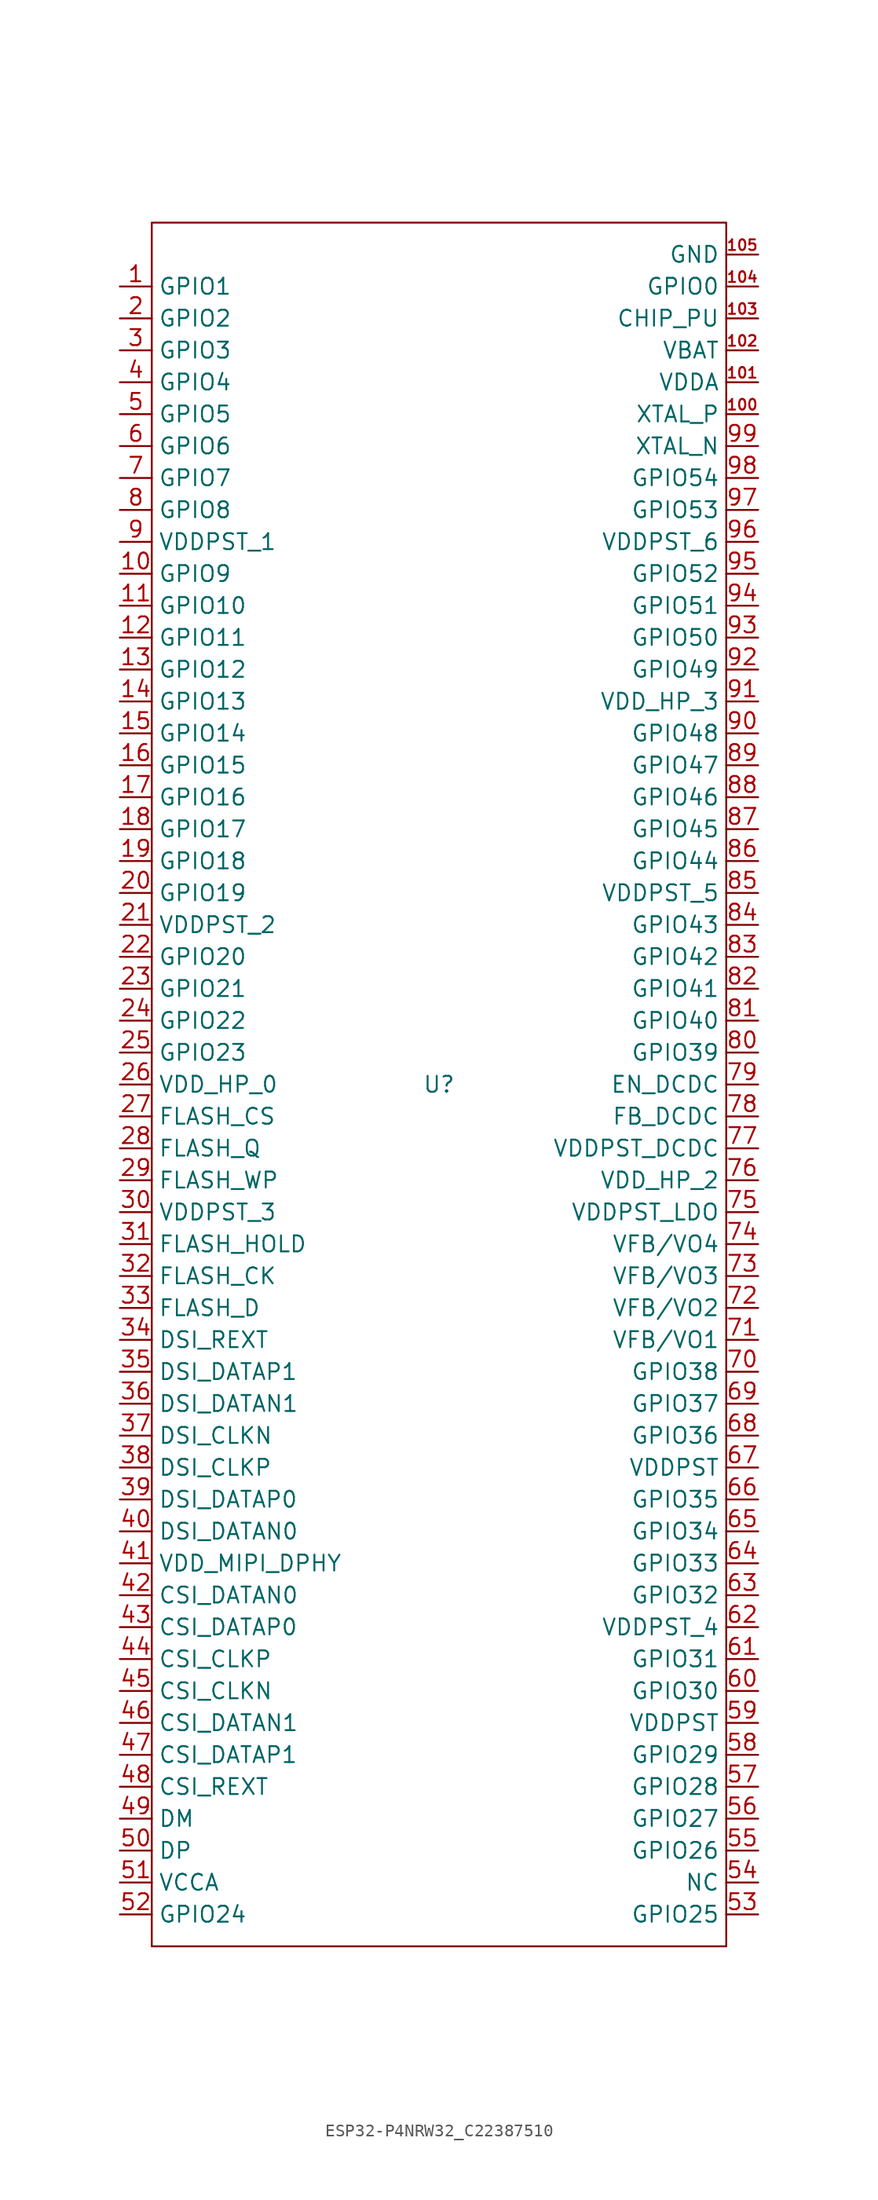
<source format=kicad_sym>
(kicad_symbol_lib
  (version 20241209)
  (generator "kicad_symbol_editor")
  (generator_version "9.0")
  (symbol "ESP32-P4NRW32_C22387510"
    (property "Reference" "U"
      (at 0 0 0)
      (effects (font (size 1.27 1.27))))
    (property "Value" ""
      (at 0 0 0)
      (effects (font (size 1.27 1.27))))
    (symbol "ESP32-P4NRW32_C22387510_1_0"
      (rectangle (start -22.86 68.58) (end 22.86 -68.58) (stroke (width 0) (type default)) (fill (type none)))
      (pin unspecified line (at -25.4 63.5 0) (length 2.54) (name "GPIO1" (effects (font (size 1.27 1.27)))) (number "1" (effects (font (size 1.27 1.27)))))
      (pin unspecified line (at -25.4 60.96 0) (length 2.54) (name "GPIO2" (effects (font (size 1.27 1.27)))) (number "2" (effects (font (size 1.27 1.27)))))
      (pin unspecified line (at -25.4 58.42 0) (length 2.54) (name "GPIO3" (effects (font (size 1.27 1.27)))) (number "3" (effects (font (size 1.27 1.27)))))
      (pin unspecified line (at -25.4 55.88 0) (length 2.54) (name "GPIO4" (effects (font (size 1.27 1.27)))) (number "4" (effects (font (size 1.27 1.27)))))
      (pin unspecified line (at -25.4 53.34 0) (length 2.54) (name "GPIO5" (effects (font (size 1.27 1.27)))) (number "5" (effects (font (size 1.27 1.27)))))
      (pin unspecified line (at -25.4 50.8 0) (length 2.54) (name "GPIO6" (effects (font (size 1.27 1.27)))) (number "6" (effects (font (size 1.27 1.27)))))
      (pin unspecified line (at -25.4 48.26 0) (length 2.54) (name "GPIO7" (effects (font (size 1.27 1.27)))) (number "7" (effects (font (size 1.27 1.27)))))
      (pin unspecified line (at -25.4 45.72 0) (length 2.54) (name "GPIO8" (effects (font (size 1.27 1.27)))) (number "8" (effects (font (size 1.27 1.27)))))
      (pin unspecified line (at -25.4 43.18 0) (length 2.54) (name "VDDPST_1" (effects (font (size 1.27 1.27)))) (number "9" (effects (font (size 1.27 1.27)))))
      (pin unspecified line (at -25.4 40.64 0) (length 2.54) (name "GPIO9" (effects (font (size 1.27 1.27)))) (number "10" (effects (font (size 1.27 1.27)))))
      (pin unspecified line (at -25.4 38.1 0) (length 2.54) (name "GPIO10" (effects (font (size 1.27 1.27)))) (number "11" (effects (font (size 1.27 1.27)))))
      (pin unspecified line (at -25.4 35.56 0) (length 2.54) (name "GPIO11" (effects (font (size 1.27 1.27)))) (number "12" (effects (font (size 1.27 1.27)))))
      (pin unspecified line (at -25.4 33.02 0) (length 2.54) (name "GPIO12" (effects (font (size 1.27 1.27)))) (number "13" (effects (font (size 1.27 1.27)))))
      (pin unspecified line (at -25.4 30.48 0) (length 2.54) (name "GPIO13" (effects (font (size 1.27 1.27)))) (number "14" (effects (font (size 1.27 1.27)))))
      (pin unspecified line (at -25.4 27.94 0) (length 2.54) (name "GPIO14" (effects (font (size 1.27 1.27)))) (number "15" (effects (font (size 1.27 1.27)))))
      (pin unspecified line (at -25.4 25.4 0) (length 2.54) (name "GPIO15" (effects (font (size 1.27 1.27)))) (number "16" (effects (font (size 1.27 1.27)))))
      (pin unspecified line (at -25.4 22.86 0) (length 2.54) (name "GPIO16" (effects (font (size 1.27 1.27)))) (number "17" (effects (font (size 1.27 1.27)))))
      (pin unspecified line (at -25.4 20.32 0) (length 2.54) (name "GPIO17" (effects (font (size 1.27 1.27)))) (number "18" (effects (font (size 1.27 1.27)))))
      (pin unspecified line (at -25.4 17.78 0) (length 2.54) (name "GPIO18" (effects (font (size 1.27 1.27)))) (number "19" (effects (font (size 1.27 1.27)))))
      (pin unspecified line (at -25.4 15.24 0) (length 2.54) (name "GPIO19" (effects (font (size 1.27 1.27)))) (number "20" (effects (font (size 1.27 1.27)))))
      (pin unspecified line (at -25.4 12.7 0) (length 2.54) (name "VDDPST_2" (effects (font (size 1.27 1.27)))) (number "21" (effects (font (size 1.27 1.27)))))
      (pin unspecified line (at -25.4 10.16 0) (length 2.54) (name "GPIO20" (effects (font (size 1.27 1.27)))) (number "22" (effects (font (size 1.27 1.27)))))
      (pin unspecified line (at -25.4 7.62 0) (length 2.54) (name "GPIO21" (effects (font (size 1.27 1.27)))) (number "23" (effects (font (size 1.27 1.27)))))
      (pin unspecified line (at -25.4 5.08 0) (length 2.54) (name "GPIO22" (effects (font (size 1.27 1.27)))) (number "24" (effects (font (size 1.27 1.27)))))
      (pin unspecified line (at -25.4 2.54 0) (length 2.54) (name "GPIO23" (effects (font (size 1.27 1.27)))) (number "25" (effects (font (size 1.27 1.27)))))
      (pin unspecified line (at -25.4 0 0) (length 2.54) (name "VDD_HP_0" (effects (font (size 1.27 1.27)))) (number "26" (effects (font (size 1.27 1.27)))))
      (pin unspecified line (at -25.4 -2.54 0) (length 2.54) (name "FLASH_CS" (effects (font (size 1.27 1.27)))) (number "27" (effects (font (size 1.27 1.27)))))
      (pin unspecified line (at -25.4 -5.08 0) (length 2.54) (name "FLASH_Q" (effects (font (size 1.27 1.27)))) (number "28" (effects (font (size 1.27 1.27)))))
      (pin unspecified line (at -25.4 -7.62 0) (length 2.54) (name "FLASH_WP" (effects (font (size 1.27 1.27)))) (number "29" (effects (font (size 1.27 1.27)))))
      (pin unspecified line (at -25.4 -10.16 0) (length 2.54) (name "VDDPST_3" (effects (font (size 1.27 1.27)))) (number "30" (effects (font (size 1.27 1.27)))))
      (pin unspecified line (at -25.4 -12.7 0) (length 2.54) (name "FLASH_HOLD" (effects (font (size 1.27 1.27)))) (number "31" (effects (font (size 1.27 1.27)))))
      (pin unspecified line (at -25.4 -15.24 0) (length 2.54) (name "FLASH_CK" (effects (font (size 1.27 1.27)))) (number "32" (effects (font (size 1.27 1.27)))))
      (pin unspecified line (at -25.4 -17.78 0) (length 2.54) (name "FLASH_D" (effects (font (size 1.27 1.27)))) (number "33" (effects (font (size 1.27 1.27)))))
      (pin unspecified line (at -25.4 -20.32 0) (length 2.54) (name "DSI_REXT" (effects (font (size 1.27 1.27)))) (number "34" (effects (font (size 1.27 1.27)))))
      (pin unspecified line (at -25.4 -22.86 0) (length 2.54) (name "DSI_DATAP1" (effects (font (size 1.27 1.27)))) (number "35" (effects (font (size 1.27 1.27)))))
      (pin unspecified line (at -25.4 -25.4 0) (length 2.54) (name "DSI_DATAN1" (effects (font (size 1.27 1.27)))) (number "36" (effects (font (size 1.27 1.27)))))
      (pin unspecified line (at -25.4 -27.94 0) (length 2.54) (name "DSI_CLKN" (effects (font (size 1.27 1.27)))) (number "37" (effects (font (size 1.27 1.27)))))
      (pin unspecified line (at -25.4 -30.48 0) (length 2.54) (name "DSI_CLKP" (effects (font (size 1.27 1.27)))) (number "38" (effects (font (size 1.27 1.27)))))
      (pin unspecified line (at -25.4 -33.02 0) (length 2.54) (name "DSI_DATAP0" (effects (font (size 1.27 1.27)))) (number "39" (effects (font (size 1.27 1.27)))))
      (pin unspecified line (at -25.4 -35.56 0) (length 2.54) (name "DSI_DATAN0" (effects (font (size 1.27 1.27)))) (number "40" (effects (font (size 1.27 1.27)))))
      (pin unspecified line (at -25.4 -38.1 0) (length 2.54) (name "VDD_MIPI_DPHY" (effects (font (size 1.27 1.27)))) (number "41" (effects (font (size 1.27 1.27)))))
      (pin unspecified line (at -25.4 -40.64 0) (length 2.54) (name "CSI_DATAN0" (effects (font (size 1.27 1.27)))) (number "42" (effects (font (size 1.27 1.27)))))
      (pin unspecified line (at -25.4 -43.18 0) (length 2.54) (name "CSI_DATAP0" (effects (font (size 1.27 1.27)))) (number "43" (effects (font (size 1.27 1.27)))))
      (pin unspecified line (at -25.4 -45.72 0) (length 2.54) (name "CSI_CLKP" (effects (font (size 1.27 1.27)))) (number "44" (effects (font (size 1.27 1.27)))))
      (pin unspecified line (at -25.4 -48.26 0) (length 2.54) (name "CSI_CLKN" (effects (font (size 1.27 1.27)))) (number "45" (effects (font (size 1.27 1.27)))))
      (pin unspecified line (at -25.4 -50.8 0) (length 2.54) (name "CSI_DATAN1" (effects (font (size 1.27 1.27)))) (number "46" (effects (font (size 1.27 1.27)))))
      (pin unspecified line (at -25.4 -53.34 0) (length 2.54) (name "CSI_DATAP1" (effects (font (size 1.27 1.27)))) (number "47" (effects (font (size 1.27 1.27)))))
      (pin unspecified line (at -25.4 -55.88 0) (length 2.54) (name "CSI_REXT" (effects (font (size 1.27 1.27)))) (number "48" (effects (font (size 1.27 1.27)))))
      (pin unspecified line (at -25.4 -58.42 0) (length 2.54) (name "DM" (effects (font (size 1.27 1.27)))) (number "49" (effects (font (size 1.27 1.27)))))
      (pin unspecified line (at -25.4 -60.96 0) (length 2.54) (name "DP" (effects (font (size 1.27 1.27)))) (number "50" (effects (font (size 1.27 1.27)))))
      (pin unspecified line (at -25.4 -63.5 0) (length 2.54) (name "VCCA" (effects (font (size 1.27 1.27)))) (number "51" (effects (font (size 1.27 1.27)))))
      (pin unspecified line (at -25.4 -66.04 0) (length 2.54) (name "GPIO24" (effects (font (size 1.27 1.27)))) (number "52" (effects (font (size 1.27 1.27)))))
      (pin unspecified line (at 25.4 66.04 180) (length 2.54) (name "GND" (effects (font (size 1.27 1.27)))) (number "105" (effects (font (size 0.847 0.847)))))
      (pin unspecified line (at 25.4 63.5 180) (length 2.54) (name "GPIO0" (effects (font (size 1.27 1.27)))) (number "104" (effects (font (size 0.847 0.847)))))
      (pin unspecified line (at 25.4 60.96 180) (length 2.54) (name "CHIP_PU" (effects (font (size 1.27 1.27)))) (number "103" (effects (font (size 0.847 0.847)))))
      (pin unspecified line (at 25.4 58.42 180) (length 2.54) (name "VBAT" (effects (font (size 1.27 1.27)))) (number "102" (effects (font (size 0.847 0.847)))))
      (pin unspecified line (at 25.4 55.88 180) (length 2.54) (name "VDDA" (effects (font (size 1.27 1.27)))) (number "101" (effects (font (size 0.847 0.847)))))
      (pin unspecified line (at 25.4 53.34 180) (length 2.54) (name "XTAL_P" (effects (font (size 1.27 1.27)))) (number "100" (effects (font (size 0.847 0.847)))))
      (pin unspecified line (at 25.4 50.8 180) (length 2.54) (name "XTAL_N" (effects (font (size 1.27 1.27)))) (number "99" (effects (font (size 1.27 1.27)))))
      (pin unspecified line (at 25.4 48.26 180) (length 2.54) (name "GPIO54" (effects (font (size 1.27 1.27)))) (number "98" (effects (font (size 1.27 1.27)))))
      (pin unspecified line (at 25.4 45.72 180) (length 2.54) (name "GPIO53" (effects (font (size 1.27 1.27)))) (number "97" (effects (font (size 1.27 1.27)))))
      (pin unspecified line (at 25.4 43.18 180) (length 2.54) (name "VDDPST_6" (effects (font (size 1.27 1.27)))) (number "96" (effects (font (size 1.27 1.27)))))
      (pin unspecified line (at 25.4 40.64 180) (length 2.54) (name "GPIO52" (effects (font (size 1.27 1.27)))) (number "95" (effects (font (size 1.27 1.27)))))
      (pin unspecified line (at 25.4 38.1 180) (length 2.54) (name "GPIO51" (effects (font (size 1.27 1.27)))) (number "94" (effects (font (size 1.27 1.27)))))
      (pin unspecified line (at 25.4 35.56 180) (length 2.54) (name "GPIO50" (effects (font (size 1.27 1.27)))) (number "93" (effects (font (size 1.27 1.27)))))
      (pin unspecified line (at 25.4 33.02 180) (length 2.54) (name "GPIO49" (effects (font (size 1.27 1.27)))) (number "92" (effects (font (size 1.27 1.27)))))
      (pin unspecified line (at 25.4 30.48 180) (length 2.54) (name "VDD_HP_3" (effects (font (size 1.27 1.27)))) (number "91" (effects (font (size 1.27 1.27)))))
      (pin unspecified line (at 25.4 27.94 180) (length 2.54) (name "GPIO48" (effects (font (size 1.27 1.27)))) (number "90" (effects (font (size 1.27 1.27)))))
      (pin unspecified line (at 25.4 25.4 180) (length 2.54) (name "GPIO47" (effects (font (size 1.27 1.27)))) (number "89" (effects (font (size 1.27 1.27)))))
      (pin unspecified line (at 25.4 22.86 180) (length 2.54) (name "GPIO46" (effects (font (size 1.27 1.27)))) (number "88" (effects (font (size 1.27 1.27)))))
      (pin unspecified line (at 25.4 20.32 180) (length 2.54) (name "GPIO45" (effects (font (size 1.27 1.27)))) (number "87" (effects (font (size 1.27 1.27)))))
      (pin unspecified line (at 25.4 17.78 180) (length 2.54) (name "GPIO44" (effects (font (size 1.27 1.27)))) (number "86" (effects (font (size 1.27 1.27)))))
      (pin unspecified line (at 25.4 15.24 180) (length 2.54) (name "VDDPST_5" (effects (font (size 1.27 1.27)))) (number "85" (effects (font (size 1.27 1.27)))))
      (pin unspecified line (at 25.4 12.7 180) (length 2.54) (name "GPIO43" (effects (font (size 1.27 1.27)))) (number "84" (effects (font (size 1.27 1.27)))))
      (pin unspecified line (at 25.4 10.16 180) (length 2.54) (name "GPIO42" (effects (font (size 1.27 1.27)))) (number "83" (effects (font (size 1.27 1.27)))))
      (pin unspecified line (at 25.4 7.62 180) (length 2.54) (name "GPIO41" (effects (font (size 1.27 1.27)))) (number "82" (effects (font (size 1.27 1.27)))))
      (pin unspecified line (at 25.4 5.08 180) (length 2.54) (name "GPIO40" (effects (font (size 1.27 1.27)))) (number "81" (effects (font (size 1.27 1.27)))))
      (pin unspecified line (at 25.4 2.54 180) (length 2.54) (name "GPIO39" (effects (font (size 1.27 1.27)))) (number "80" (effects (font (size 1.27 1.27)))))
      (pin unspecified line (at 25.4 0 180) (length 2.54) (name "EN_DCDC" (effects (font (size 1.27 1.27)))) (number "79" (effects (font (size 1.27 1.27)))))
      (pin unspecified line (at 25.4 -2.54 180) (length 2.54) (name "FB_DCDC" (effects (font (size 1.27 1.27)))) (number "78" (effects (font (size 1.27 1.27)))))
      (pin unspecified line (at 25.4 -5.08 180) (length 2.54) (name "VDDPST_DCDC" (effects (font (size 1.27 1.27)))) (number "77" (effects (font (size 1.27 1.27)))))
      (pin unspecified line (at 25.4 -7.62 180) (length 2.54) (name "VDD_HP_2" (effects (font (size 1.27 1.27)))) (number "76" (effects (font (size 1.27 1.27)))))
      (pin unspecified line (at 25.4 -10.16 180) (length 2.54) (name "VDDPST_LDO" (effects (font (size 1.27 1.27)))) (number "75" (effects (font (size 1.27 1.27)))))
      (pin unspecified line (at 25.4 -12.7 180) (length 2.54) (name "VFB/VO4" (effects (font (size 1.27 1.27)))) (number "74" (effects (font (size 1.27 1.27)))))
      (pin unspecified line (at 25.4 -15.24 180) (length 2.54) (name "VFB/VO3" (effects (font (size 1.27 1.27)))) (number "73" (effects (font (size 1.27 1.27)))))
      (pin unspecified line (at 25.4 -17.78 180) (length 2.54) (name "VFB/VO2" (effects (font (size 1.27 1.27)))) (number "72" (effects (font (size 1.27 1.27)))))
      (pin unspecified line (at 25.4 -20.32 180) (length 2.54) (name "VFB/VO1" (effects (font (size 1.27 1.27)))) (number "71" (effects (font (size 1.27 1.27)))))
      (pin unspecified line (at 25.4 -22.86 180) (length 2.54) (name "GPIO38" (effects (font (size 1.27 1.27)))) (number "70" (effects (font (size 1.27 1.27)))))
      (pin unspecified line (at 25.4 -25.4 180) (length 2.54) (name "GPIO37" (effects (font (size 1.27 1.27)))) (number "69" (effects (font (size 1.27 1.27)))))
      (pin unspecified line (at 25.4 -27.94 180) (length 2.54) (name "GPIO36" (effects (font (size 1.27 1.27)))) (number "68" (effects (font (size 1.27 1.27)))))
      (pin unspecified line (at 25.4 -30.48 180) (length 2.54) (name "VDDPST" (effects (font (size 1.27 1.27)))) (number "67" (effects (font (size 1.27 1.27)))))
      (pin unspecified line (at 25.4 -33.02 180) (length 2.54) (name "GPIO35" (effects (font (size 1.27 1.27)))) (number "66" (effects (font (size 1.27 1.27)))))
      (pin unspecified line (at 25.4 -35.56 180) (length 2.54) (name "GPIO34" (effects (font (size 1.27 1.27)))) (number "65" (effects (font (size 1.27 1.27)))))
      (pin unspecified line (at 25.4 -38.1 180) (length 2.54) (name "GPIO33" (effects (font (size 1.27 1.27)))) (number "64" (effects (font (size 1.27 1.27)))))
      (pin unspecified line (at 25.4 -40.64 180) (length 2.54) (name "GPIO32" (effects (font (size 1.27 1.27)))) (number "63" (effects (font (size 1.27 1.27)))))
      (pin unspecified line (at 25.4 -43.18 180) (length 2.54) (name "VDDPST_4" (effects (font (size 1.27 1.27)))) (number "62" (effects (font (size 1.27 1.27)))))
      (pin unspecified line (at 25.4 -45.72 180) (length 2.54) (name "GPIO31" (effects (font (size 1.27 1.27)))) (number "61" (effects (font (size 1.27 1.27)))))
      (pin unspecified line (at 25.4 -48.26 180) (length 2.54) (name "GPIO30" (effects (font (size 1.27 1.27)))) (number "60" (effects (font (size 1.27 1.27)))))
      (pin unspecified line (at 25.4 -50.8 180) (length 2.54) (name "VDDPST" (effects (font (size 1.27 1.27)))) (number "59" (effects (font (size 1.27 1.27)))))
      (pin unspecified line (at 25.4 -53.34 180) (length 2.54) (name "GPIO29" (effects (font (size 1.27 1.27)))) (number "58" (effects (font (size 1.27 1.27)))))
      (pin unspecified line (at 25.4 -55.88 180) (length 2.54) (name "GPIO28" (effects (font (size 1.27 1.27)))) (number "57" (effects (font (size 1.27 1.27)))))
      (pin unspecified line (at 25.4 -58.42 180) (length 2.54) (name "GPIO27" (effects (font (size 1.27 1.27)))) (number "56" (effects (font (size 1.27 1.27)))))
      (pin unspecified line (at 25.4 -60.96 180) (length 2.54) (name "GPIO26" (effects (font (size 1.27 1.27)))) (number "55" (effects (font (size 1.27 1.27)))))
      (pin unspecified line (at 25.4 -63.5 180) (length 2.54) (name "NC" (effects (font (size 1.27 1.27)))) (number "54" (effects (font (size 1.27 1.27)))))
      (pin unspecified line (at 25.4 -66.04 180) (length 2.54) (name "GPIO25" (effects (font (size 1.27 1.27)))) (number "53" (effects (font (size 1.27 1.27))))))))
</source>
